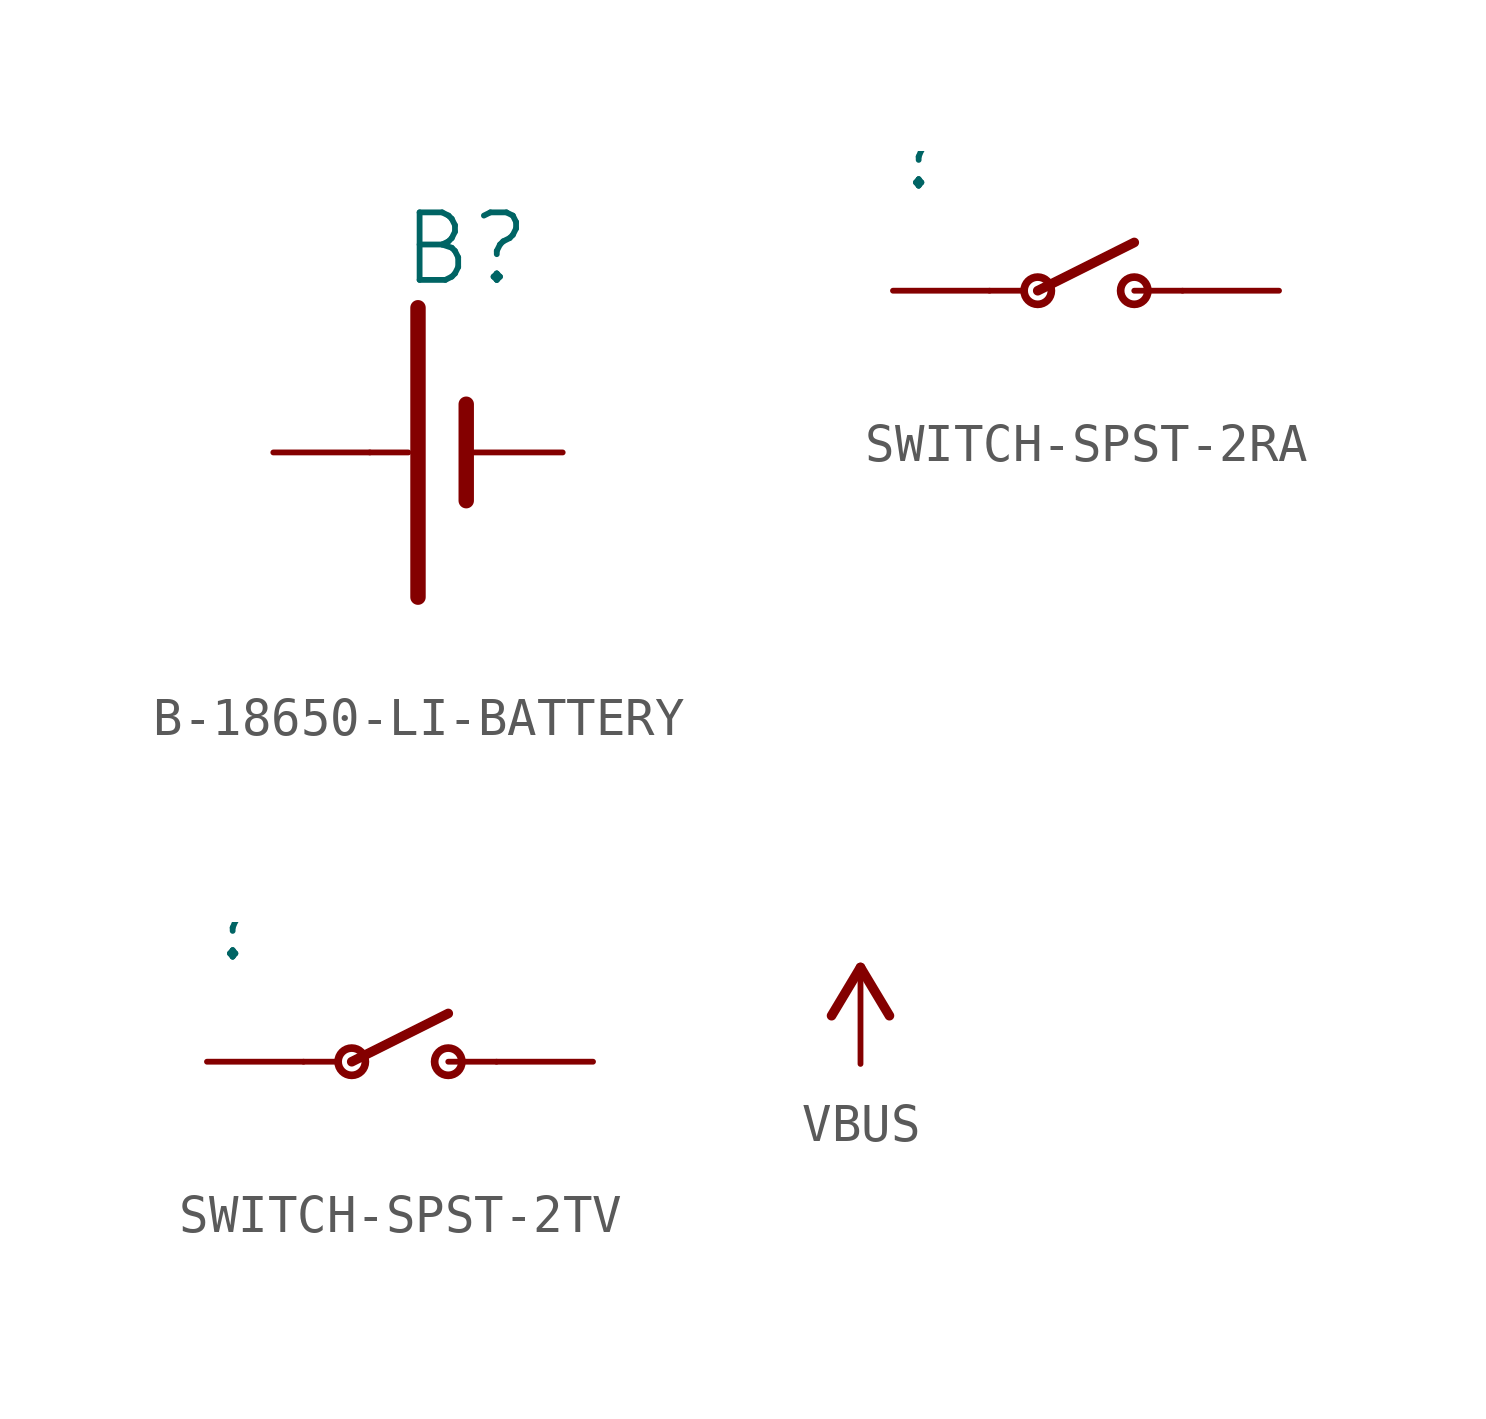
<source format=kicad_sym>
(kicad_symbol_lib
  (version 20241209)
  (generator "kicad_symbol_editor")
  (generator_version "9.0")
  (symbol "B-18650-LI-BATTERY"
    (property "Reference" "B"
      (at 0 4.318 0)
      (effects (font (size 1.778 1.778)) (justify bottom)))
    (property "Value" ""
      (at 0 -4.318 0)
      (effects (font (size 1.778 1.778)) (justify top)))
    (property "ki_locked" ""
      (at 0 0 0)
      (effects (font (size 1.27 1.27))))
    (symbol "B-18650-LI-BATTERY_1_0"
      (polyline (pts (xy -2.54 0) (xy -1.524 0)) (stroke (width 0.152) (type solid)) (fill (type none)))
      (polyline (pts (xy -1.27 3.81) (xy -1.27 -3.81)) (stroke (width 0.406) (type solid)) (fill (type none)))
      (polyline (pts (xy 0 1.27) (xy 0 -1.27)) (stroke (width 0.406) (type solid)) (fill (type none)))
      (pin power_in line (at -5.08 0 0) (length 2.54) (name "POS" (effects (font (size 0 0)))) (number "POS-T" (effects (font (size 0 0)))))
      (pin power_in line (at 2.54 0 180) (length 2.54) (name "NEG" (effects (font (size 0 0)))) (number "NEG-T" (effects (font (size 0 0)))))))
  (symbol "SWITCH-SPST-2RA"
    (property "Reference" ""
      (at -5.08 2.54 0)
      (effects (font (size 1.778 1.511)) (justify left bottom)))
    (property "Value" ""
      (at -5.08 -2.54 0)
      (effects (font (size 1.778 1.511)) (justify left bottom)))
    (property "ki_locked" ""
      (at 0 0 0)
      (effects (font (size 1.27 1.27))))
    (symbol "SWITCH-SPST-2RA_1_0"
      (polyline (pts (xy -2.54 0) (xy -1.626 0)) (stroke (width 0.152) (type solid)) (fill (type none)))
      (circle (center -1.27 0) (radius 0.359) (stroke (width 0.203) (type solid)) (fill (type none)))
      (polyline (pts (xy -1.27 0) (xy 1.27 1.27)) (stroke (width 0.254) (type solid)) (fill (type none)))
      (polyline (pts (xy 1.27 0) (xy 2.54 0)) (stroke (width 0.152) (type solid)) (fill (type none)))
      (circle (center 1.27 0) (radius 0.359) (stroke (width 0.203) (type solid)) (fill (type none)))
      (pin passive line (at -5.08 0 0) (length 2.54) (name "P" (effects (font (size 0 0)))) (number "P$4" (effects (font (size 0 0)))))
      (pin passive line (at 5.08 0 180) (length 2.54) (name "O" (effects (font (size 0 0)))) (number "P$3" (effects (font (size 0 0)))))))
  (symbol "SWITCH-SPST-2TV"
    (property "Reference" ""
      (at -5.08 2.54 0)
      (effects (font (size 1.778 1.511)) (justify left bottom)))
    (property "Value" ""
      (at -5.08 -2.54 0)
      (effects (font (size 1.778 1.511)) (justify left bottom)))
    (property "ki_locked" ""
      (at 0 0 0)
      (effects (font (size 1.27 1.27))))
    (symbol "SWITCH-SPST-2TV_1_0"
      (polyline (pts (xy -2.54 0) (xy -1.626 0)) (stroke (width 0.152) (type solid)) (fill (type none)))
      (circle (center -1.27 0) (radius 0.359) (stroke (width 0.203) (type solid)) (fill (type none)))
      (polyline (pts (xy -1.27 0) (xy 1.27 1.27)) (stroke (width 0.254) (type solid)) (fill (type none)))
      (polyline (pts (xy 1.27 0) (xy 2.54 0)) (stroke (width 0.152) (type solid)) (fill (type none)))
      (circle (center 1.27 0) (radius 0.359) (stroke (width 0.203) (type solid)) (fill (type none)))
      (pin passive line (at -5.08 0 0) (length 2.54) (name "P" (effects (font (size 0 0)))) (number "2" (effects (font (size 0 0)))))
      (pin passive line (at 5.08 0 180) (length 2.54) (name "O" (effects (font (size 0 0)))) (number "1" (effects (font (size 0 0)))))))
  (symbol "VBUS"
    (power)
    (property "Reference" "#VBUS"
      (at 0 0 0)
      (effects (font (size 1.27 1.27)) (hide yes)))
    (property "Value" ""
      (at 0 0.254 0)
      (effects (font (size 1.778 1.511)) (justify bottom)))
    (property "ki_locked" ""
      (at 0 0 0)
      (effects (font (size 1.27 1.27))))
    (symbol "VBUS_1_0"
      (polyline (pts (xy 0 0) (xy -0.762 -1.27)) (stroke (width 0.254) (type solid)) (fill (type none)))
      (polyline (pts (xy 0.762 -1.27) (xy 0 0)) (stroke (width 0.254) (type solid)) (fill (type none)))
      (pin power_in line (at 0 -2.54 90) (length 2.54) (name "VBUS" (effects (font (size 0 0)))) (number "1" (effects (font (size 0 0))))))))
</source>
